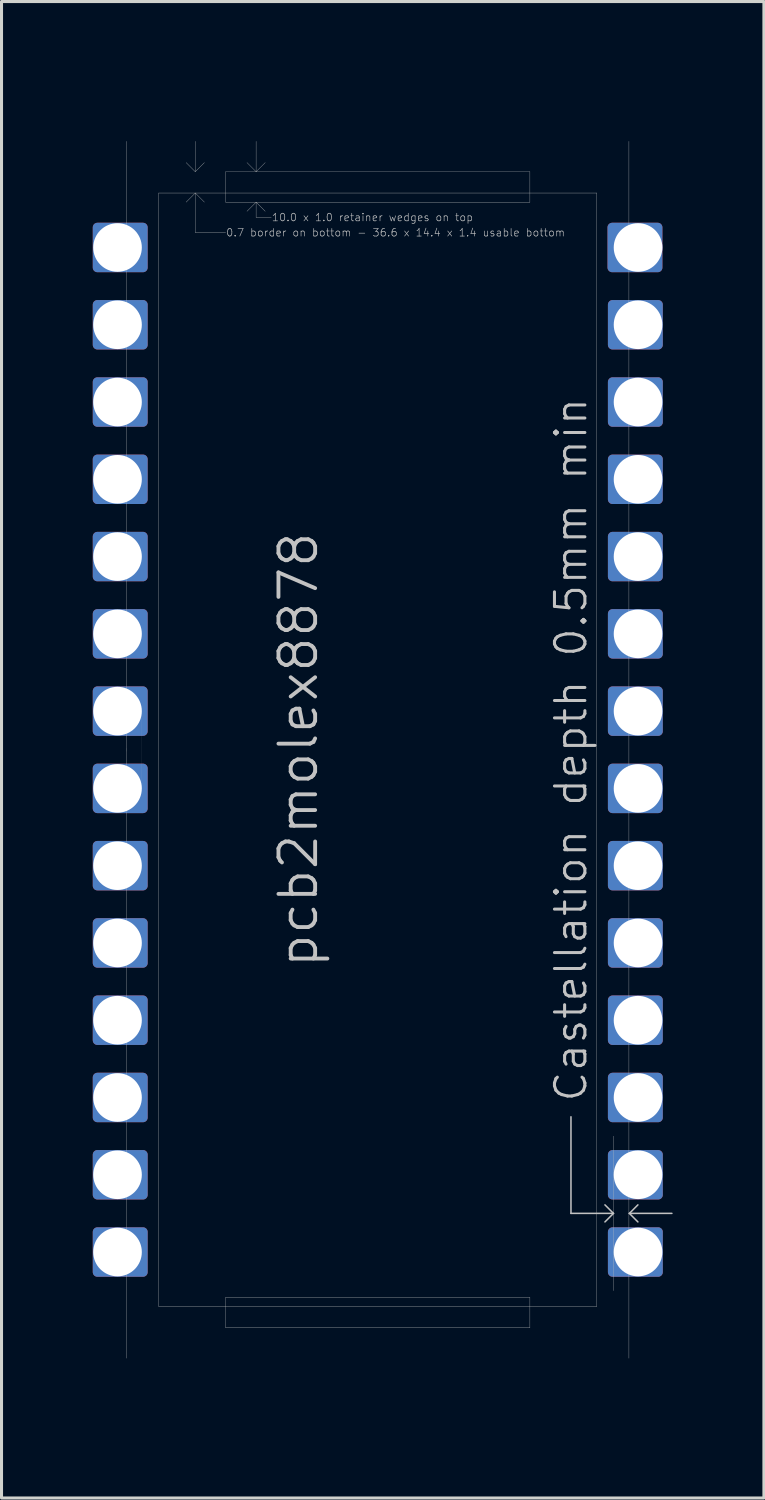
<source format=kicad_pcb>
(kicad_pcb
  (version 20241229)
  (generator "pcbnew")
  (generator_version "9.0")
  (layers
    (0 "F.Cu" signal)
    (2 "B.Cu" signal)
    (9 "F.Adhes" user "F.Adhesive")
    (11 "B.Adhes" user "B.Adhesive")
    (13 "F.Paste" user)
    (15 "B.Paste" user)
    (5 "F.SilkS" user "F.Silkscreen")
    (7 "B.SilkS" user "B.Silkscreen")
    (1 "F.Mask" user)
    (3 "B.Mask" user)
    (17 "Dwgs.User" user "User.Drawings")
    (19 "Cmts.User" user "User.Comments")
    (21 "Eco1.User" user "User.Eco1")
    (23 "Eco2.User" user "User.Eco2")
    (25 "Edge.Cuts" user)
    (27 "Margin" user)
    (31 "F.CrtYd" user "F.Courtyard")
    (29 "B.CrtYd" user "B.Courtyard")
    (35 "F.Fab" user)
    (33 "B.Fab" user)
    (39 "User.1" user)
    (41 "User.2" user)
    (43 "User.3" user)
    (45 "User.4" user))
  (footprint "pcb2molex8878"
    (layer "F.Cu")
    (at 9.368 21.595)
    (property "Reference" "pcb2molex8878" (at -1.905 0 270) (layer "Dwgs.User") (effects (font (size 1.206 1.206) (thickness 0.127)) (justify bottom)))
    (attr exclude_from_pos_files exclude_from_bom)
    (fp_poly (pts (xy -7.717 -15.85) (xy -9.216 -15.85) (xy -9.216 -17.17) (xy -7.717 -17.17)) (stroke (width 0.305) (type solid)) (fill yes) (layer "F.Cu"))
    (fp_poly (pts (xy -7.717 -13.31) (xy -9.216 -13.31) (xy -9.216 -14.63) (xy -7.717 -14.63)) (stroke (width 0.305) (type solid)) (fill yes) (layer "F.Cu"))
    (fp_poly (pts (xy -7.717 -10.77) (xy -9.216 -10.77) (xy -9.216 -12.09) (xy -7.717 -12.09)) (stroke (width 0.305) (type solid)) (fill yes) (layer "F.Cu"))
    (fp_poly (pts (xy -7.717 -8.23) (xy -9.216 -8.23) (xy -9.216 -9.55) (xy -7.717 -9.55)) (stroke (width 0.305) (type solid)) (fill yes) (layer "F.Cu"))
    (fp_poly (pts (xy -7.717 -5.69) (xy -9.216 -5.69) (xy -9.216 -7.01) (xy -7.717 -7.01)) (stroke (width 0.305) (type solid)) (fill yes) (layer "F.Cu"))
    (fp_poly (pts (xy -7.717 -3.15) (xy -9.216 -3.15) (xy -9.216 -4.47) (xy -7.717 -4.47)) (stroke (width 0.305) (type solid)) (fill yes) (layer "F.Cu"))
    (fp_poly (pts (xy -7.717 -0.61) (xy -9.216 -0.61) (xy -9.216 -1.93) (xy -7.717 -1.93)) (stroke (width 0.305) (type solid)) (fill yes) (layer "F.Cu"))
    (fp_poly (pts (xy -7.717 1.93) (xy -9.216 1.93) (xy -9.216 0.61) (xy -7.717 0.61)) (stroke (width 0.305) (type solid)) (fill yes) (layer "F.Cu"))
    (fp_poly (pts (xy -7.717 4.47) (xy -9.216 4.47) (xy -9.216 3.15) (xy -7.717 3.15)) (stroke (width 0.305) (type solid)) (fill yes) (layer "F.Cu"))
    (fp_poly (pts (xy -7.717 7.01) (xy -9.216 7.01) (xy -9.216 5.69) (xy -7.717 5.69)) (stroke (width 0.305) (type solid)) (fill yes) (layer "F.Cu"))
    (fp_poly (pts (xy -7.717 9.55) (xy -9.216 9.55) (xy -9.216 8.23) (xy -7.717 8.23)) (stroke (width 0.305) (type solid)) (fill yes) (layer "F.Cu"))
    (fp_poly (pts (xy -7.717 12.09) (xy -9.216 12.09) (xy -9.216 10.77) (xy -7.717 10.77)) (stroke (width 0.305) (type solid)) (fill yes) (layer "F.Cu"))
    (fp_poly (pts (xy -7.717 14.63) (xy -9.216 14.63) (xy -9.216 13.31) (xy -7.717 13.31)) (stroke (width 0.305) (type solid)) (fill yes) (layer "F.Cu"))
    (fp_poly (pts (xy -7.717 17.17) (xy -9.216 17.17) (xy -9.216 15.85) (xy -7.717 15.85)) (stroke (width 0.305) (type solid)) (fill yes) (layer "F.Cu"))
    (fp_poly (pts (xy 9.203 -15.85) (xy 7.704 -15.85) (xy 7.704 -17.17) (xy 9.203 -17.17)) (stroke (width 0.305) (type solid)) (fill yes) (layer "F.Cu"))
    (fp_poly (pts (xy 9.216 -13.31) (xy 7.717 -13.31) (xy 7.717 -14.63) (xy 9.216 -14.63)) (stroke (width 0.305) (type solid)) (fill yes) (layer "F.Cu"))
    (fp_poly (pts (xy 9.216 -10.77) (xy 7.717 -10.77) (xy 7.717 -12.09) (xy 9.216 -12.09)) (stroke (width 0.305) (type solid)) (fill yes) (layer "F.Cu"))
    (fp_poly (pts (xy 9.216 -8.23) (xy 7.717 -8.23) (xy 7.717 -9.55) (xy 9.216 -9.55)) (stroke (width 0.305) (type solid)) (fill yes) (layer "F.Cu"))
    (fp_poly (pts (xy 9.216 -5.69) (xy 7.717 -5.69) (xy 7.717 -7.01) (xy 9.216 -7.01)) (stroke (width 0.305) (type solid)) (fill yes) (layer "F.Cu"))
    (fp_poly (pts (xy 9.216 -3.15) (xy 7.717 -3.15) (xy 7.717 -4.47) (xy 9.216 -4.47)) (stroke (width 0.305) (type solid)) (fill yes) (layer "F.Cu"))
    (fp_poly (pts (xy 9.216 -0.61) (xy 7.717 -0.61) (xy 7.717 -1.93) (xy 9.216 -1.93)) (stroke (width 0.305) (type solid)) (fill yes) (layer "F.Cu"))
    (fp_poly (pts (xy 9.216 1.93) (xy 7.717 1.93) (xy 7.717 0.61) (xy 9.216 0.61)) (stroke (width 0.305) (type solid)) (fill yes) (layer "F.Cu"))
    (fp_poly (pts (xy 9.216 4.47) (xy 7.717 4.47) (xy 7.717 3.15) (xy 9.216 3.15)) (stroke (width 0.305) (type solid)) (fill yes) (layer "F.Cu"))
    (fp_poly (pts (xy 9.216 7.01) (xy 7.717 7.01) (xy 7.717 5.69) (xy 9.216 5.69)) (stroke (width 0.305) (type solid)) (fill yes) (layer "F.Cu"))
    (fp_poly (pts (xy 9.216 9.55) (xy 7.717 9.55) (xy 7.717 8.23) (xy 9.216 8.23)) (stroke (width 0.305) (type solid)) (fill yes) (layer "F.Cu"))
    (fp_poly (pts (xy 9.216 12.09) (xy 7.717 12.09) (xy 7.717 10.77) (xy 9.216 10.77)) (stroke (width 0.305) (type solid)) (fill yes) (layer "F.Cu"))
    (fp_poly (pts (xy 9.216 14.63) (xy 7.717 14.63) (xy 7.717 13.31) (xy 9.216 13.31)) (stroke (width 0.305) (type solid)) (fill yes) (layer "F.Cu"))
    (fp_poly (pts (xy 9.216 17.17) (xy 7.717 17.17) (xy 7.717 15.85) (xy 9.216 15.85)) (stroke (width 0.305) (type solid)) (fill yes) (layer "F.Cu"))
    (fp_poly (pts (xy -7.717 -15.85) (xy -9.216 -15.85) (xy -9.216 -17.17) (xy -7.717 -17.17)) (stroke (width 0.305) (type solid)) (fill yes) (layer "B.Cu"))
    (fp_poly (pts (xy -7.717 -14.63) (xy -9.216 -14.63) (xy -9.216 -13.31) (xy -7.717 -13.31)) (stroke (width 0.305) (type solid)) (fill yes) (layer "B.Cu"))
    (fp_poly (pts (xy -7.717 -12.09) (xy -9.216 -12.09) (xy -9.216 -10.77) (xy -7.717 -10.77)) (stroke (width 0.305) (type solid)) (fill yes) (layer "B.Cu"))
    (fp_poly (pts (xy -7.717 -9.55) (xy -9.216 -9.55) (xy -9.216 -8.23) (xy -7.717 -8.23)) (stroke (width 0.305) (type solid)) (fill yes) (layer "B.Cu"))
    (fp_poly (pts (xy -7.717 -7.01) (xy -9.216 -7.01) (xy -9.216 -5.69) (xy -7.717 -5.69)) (stroke (width 0.305) (type solid)) (fill yes) (layer "B.Cu"))
    (fp_poly (pts (xy -7.717 -4.47) (xy -9.216 -4.47) (xy -9.216 -3.15) (xy -7.717 -3.15)) (stroke (width 0.305) (type solid)) (fill yes) (layer "B.Cu"))
    (fp_poly (pts (xy -7.717 -1.93) (xy -9.216 -1.93) (xy -9.216 -0.61) (xy -7.717 -0.61)) (stroke (width 0.305) (type solid)) (fill yes) (layer "B.Cu"))
    (fp_poly (pts (xy -7.717 0.61) (xy -9.216 0.61) (xy -9.216 1.93) (xy -7.717 1.93)) (stroke (width 0.305) (type solid)) (fill yes) (layer "B.Cu"))
    (fp_poly (pts (xy -7.717 3.15) (xy -9.216 3.15) (xy -9.216 4.47) (xy -7.717 4.47)) (stroke (width 0.305) (type solid)) (fill yes) (layer "B.Cu"))
    (fp_poly (pts (xy -7.717 5.69) (xy -9.216 5.69) (xy -9.216 7.01) (xy -7.717 7.01)) (stroke (width 0.305) (type solid)) (fill yes) (layer "B.Cu"))
    (fp_poly (pts (xy -7.717 8.23) (xy -9.216 8.23) (xy -9.216 9.55) (xy -7.717 9.55)) (stroke (width 0.305) (type solid)) (fill yes) (layer "B.Cu"))
    (fp_poly (pts (xy -7.717 10.77) (xy -9.216 10.77) (xy -9.216 12.09) (xy -7.717 12.09)) (stroke (width 0.305) (type solid)) (fill yes) (layer "B.Cu"))
    (fp_poly (pts (xy -7.717 13.31) (xy -9.216 13.31) (xy -9.216 14.63) (xy -7.717 14.63)) (stroke (width 0.305) (type solid)) (fill yes) (layer "B.Cu"))
    (fp_poly (pts (xy -7.717 15.85) (xy -9.216 15.85) (xy -9.216 17.17) (xy -7.717 17.17)) (stroke (width 0.305) (type solid)) (fill yes) (layer "B.Cu"))
    (fp_poly (pts (xy 9.203 -15.85) (xy 7.704 -15.85) (xy 7.704 -17.17) (xy 9.203 -17.17)) (stroke (width 0.305) (type solid)) (fill yes) (layer "B.Cu"))
    (fp_poly (pts (xy 9.216 -14.63) (xy 7.717 -14.63) (xy 7.717 -13.31) (xy 9.216 -13.31)) (stroke (width 0.305) (type solid)) (fill yes) (layer "B.Cu"))
    (fp_poly (pts (xy 9.216 -12.09) (xy 7.717 -12.09) (xy 7.717 -10.77) (xy 9.216 -10.77)) (stroke (width 0.305) (type solid)) (fill yes) (layer "B.Cu"))
    (fp_poly (pts (xy 9.216 -9.55) (xy 7.717 -9.55) (xy 7.717 -8.23) (xy 9.216 -8.23)) (stroke (width 0.305) (type solid)) (fill yes) (layer "B.Cu"))
    (fp_poly (pts (xy 9.216 -7.01) (xy 7.717 -7.01) (xy 7.717 -5.69) (xy 9.216 -5.69)) (stroke (width 0.305) (type solid)) (fill yes) (layer "B.Cu"))
    (fp_poly (pts (xy 9.216 -4.47) (xy 7.717 -4.47) (xy 7.717 -3.15) (xy 9.216 -3.15)) (stroke (width 0.305) (type solid)) (fill yes) (layer "B.Cu"))
    (fp_poly (pts (xy 9.216 -1.93) (xy 7.717 -1.93) (xy 7.717 -0.61) (xy 9.216 -0.61)) (stroke (width 0.305) (type solid)) (fill yes) (layer "B.Cu"))
    (fp_poly (pts (xy 9.216 0.61) (xy 7.717 0.61) (xy 7.717 1.93) (xy 9.216 1.93)) (stroke (width 0.305) (type solid)) (fill yes) (layer "B.Cu"))
    (fp_poly (pts (xy 9.216 3.15) (xy 7.717 3.15) (xy 7.717 4.47) (xy 9.216 4.47)) (stroke (width 0.305) (type solid)) (fill yes) (layer "B.Cu"))
    (fp_poly (pts (xy 9.216 5.69) (xy 7.717 5.69) (xy 7.717 7.01) (xy 9.216 7.01)) (stroke (width 0.305) (type solid)) (fill yes) (layer "B.Cu"))
    (fp_poly (pts (xy 9.216 8.23) (xy 7.717 8.23) (xy 7.717 9.55) (xy 9.216 9.55)) (stroke (width 0.305) (type solid)) (fill yes) (layer "B.Cu"))
    (fp_poly (pts (xy 9.216 10.77) (xy 7.717 10.77) (xy 7.717 12.09) (xy 9.216 12.09)) (stroke (width 0.305) (type solid)) (fill yes) (layer "B.Cu"))
    (fp_poly (pts (xy 9.216 13.31) (xy 7.717 13.31) (xy 7.717 14.63) (xy 9.216 14.63)) (stroke (width 0.305) (type solid)) (fill yes) (layer "B.Cu"))
    (fp_poly (pts (xy 9.216 15.85) (xy 7.717 15.85) (xy 7.717 17.17) (xy 9.216 17.17)) (stroke (width 0.305) (type solid)) (fill yes) (layer "B.Cu"))
    (fp_line (start -8.255 -20) (end -8.255 20) (stroke (width 0.01) (type solid)) (layer "Dwgs.User"))
    (fp_line (start -8.255 0.051) (end -8.255 -0.051) (stroke (width 0.002) (type solid)) (layer "Dwgs.User"))
    (fp_line (start -7.757 -1.27) (end -7.757 1.27) (stroke (width 0.002) (type solid)) (layer "Dwgs.User"))
    (fp_line (start -7.506 16.485) (end -7.506 16.535) (stroke (width 0.001) (type solid)) (layer "Dwgs.User"))
    (fp_line (start -7.2 -18.3) (end -7.2 18.3) (stroke (width 0.01) (type solid)) (layer "Dwgs.User"))
    (fp_line (start -7.2 -18.3) (end 7.2 -18.3) (stroke (width 0.01) (type solid)) (layer "Dwgs.User"))
    (fp_line (start -7.2 18.3) (end 7.2 18.3) (stroke (width 0.01) (type solid)) (layer "Dwgs.User"))
    (fp_line (start -6 -19) (end -6.3 -19.3) (stroke (width 0.01) (type solid)) (layer "Dwgs.User"))
    (fp_line (start -6 -19) (end -6 -20) (stroke (width 0.01) (type solid)) (layer "Dwgs.User"))
    (fp_line (start -6 -19) (end -5.7 -19.3) (stroke (width 0.01) (type solid)) (layer "Dwgs.User"))
    (fp_line (start -6 -18.3) (end -6.3 -18) (stroke (width 0.01) (type solid)) (layer "Dwgs.User"))
    (fp_line (start -6 -18.3) (end -6 -17) (stroke (width 0.01) (type solid)) (layer "Dwgs.User"))
    (fp_line (start -6 -18.3) (end -5.7 -18) (stroke (width 0.01) (type solid)) (layer "Dwgs.User"))
    (fp_line (start -6 -17) (end -5 -17) (stroke (width 0.01) (type solid)) (layer "Dwgs.User"))
    (fp_line (start -5 -19) (end -5 -18) (stroke (width 0.01) (type solid)) (layer "Dwgs.User"))
    (fp_line (start -5 -18) (end 5 -18) (stroke (width 0.01) (type solid)) (layer "Dwgs.User"))
    (fp_line (start -5 18) (end -5 19) (stroke (width 0.01) (type solid)) (layer "Dwgs.User"))
    (fp_line (start -5 18) (end 5 18) (stroke (width 0.01) (type solid)) (layer "Dwgs.User"))
    (fp_line (start -5 19) (end 5 19) (stroke (width 0.01) (type solid)) (layer "Dwgs.User"))
    (fp_line (start -4 -19) (end -4.3 -19.3) (stroke (width 0.01) (type solid)) (layer "Dwgs.User"))
    (fp_line (start -4 -19) (end -4 -20) (stroke (width 0.01) (type solid)) (layer "Dwgs.User"))
    (fp_line (start -4 -19) (end -3.7 -19.3) (stroke (width 0.01) (type solid)) (layer "Dwgs.User"))
    (fp_line (start -4 -18) (end -4.3 -17.7) (stroke (width 0.01) (type solid)) (layer "Dwgs.User"))
    (fp_line (start -4 -18) (end -4 -17.5) (stroke (width 0.01) (type solid)) (layer "Dwgs.User"))
    (fp_line (start -4 -18) (end -3.7 -17.7) (stroke (width 0.01) (type solid)) (layer "Dwgs.User"))
    (fp_line (start -4 -17.5) (end -3.5 -17.5) (stroke (width 0.01) (type solid)) (layer "Dwgs.User"))
    (fp_line (start 5 -19) (end -5 -19) (stroke (width 0.01) (type solid)) (layer "Dwgs.User"))
    (fp_line (start 5 -18) (end 5 -19) (stroke (width 0.01) (type solid)) (layer "Dwgs.User"))
    (fp_line (start 5 19) (end 5 18) (stroke (width 0.01) (type solid)) (layer "Dwgs.User"))
    (fp_line (start 6.35 12.065) (end 6.35 15.24) (stroke (width 0.05) (type solid)) (layer "Dwgs.User"))
    (fp_line (start 6.35 15.24) (end 7.747 15.24) (stroke (width 0.05) (type solid)) (layer "Dwgs.User"))
    (fp_line (start 7.2 -18.3) (end 7.2 18.3) (stroke (width 0.01) (type solid)) (layer "Dwgs.User"))
    (fp_line (start 7.467 14.96) (end 7.747 15.24) (stroke (width 0.05) (type solid)) (layer "Dwgs.User"))
    (fp_line (start 7.747 15.24) (end 7.467 15.52) (stroke (width 0.05) (type solid)) (layer "Dwgs.User"))
    (fp_line (start 7.757 17.78) (end 7.757 12.7) (stroke (width 0.01) (type solid)) (layer "Dwgs.User"))
    (fp_line (start 8.255 -20) (end 8.255 20) (stroke (width 0.01) (type solid)) (layer "Dwgs.User"))
    (fp_line (start 8.27 15.24) (end 8.55 15.52) (stroke (width 0.05) (type solid)) (layer "Dwgs.User"))
    (fp_line (start 8.27 15.24) (end 9.667 15.24) (stroke (width 0.05) (type solid)) (layer "Dwgs.User"))
    (fp_line (start 8.55 14.96) (end 8.27 15.24) (stroke (width 0.05) (type solid)) (layer "Dwgs.User"))
    (fp_line (start -8.26 -19.05) (end -0.762 -19.05) (stroke (width 0.01) (type solid)) (layer "Eco1.User"))
    (fp_line (start -8.26 19.05) (end -8.26 -19.05) (stroke (width 0.01) (type solid)) (layer "Eco1.User"))
    (fp_line (start -8.26 19.05) (end -4.559 19.05) (stroke (width 0.01) (type solid)) (layer "Eco1.User"))
    (fp_line (start -4.559 19.05) (end -4.559 21.59) (stroke (width 0.01) (type solid)) (layer "Eco1.User"))
    (fp_line (start -4.559 21.59) (end -3.035 21.59) (stroke (width 0.01) (type solid)) (layer "Eco1.User"))
    (fp_line (start -3.035 21.59) (end -3.035 19.05) (stroke (width 0.01) (type solid)) (layer "Eco1.User"))
    (fp_line (start -0.762 -21.59) (end 0.762 -21.59) (stroke (width 0.01) (type solid)) (layer "Eco1.User"))
    (fp_line (start -0.762 -19.05) (end -0.762 -21.59) (stroke (width 0.01) (type solid)) (layer "Eco1.User"))
    (fp_line (start 0.762 -21.59) (end 0.762 -19.05) (stroke (width 0.01) (type solid)) (layer "Eco1.User"))
    (fp_line (start 0.762 -19.05) (end 8.26 -19.05) (stroke (width 0.01) (type solid)) (layer "Eco1.User"))
    (fp_line (start 3.035 19.05) (end -3.035 19.05) (stroke (width 0.01) (type solid)) (layer "Eco1.User"))
    (fp_line (start 3.035 21.59) (end 3.035 19.05) (stroke (width 0.01) (type solid)) (layer "Eco1.User"))
    (fp_line (start 4.559 19.05) (end 4.559 21.59) (stroke (width 0.01) (type solid)) (layer "Eco1.User"))
    (fp_line (start 4.559 19.05) (end 8.26 19.05) (stroke (width 0.01) (type solid)) (layer "Eco1.User"))
    (fp_line (start 4.559 21.59) (end 3.035 21.59) (stroke (width 0.01) (type solid)) (layer "Eco1.User"))
    (fp_line (start 8.26 19.05) (end 8.26 -19.05) (stroke (width 0.01) (type solid)) (layer "Eco1.User"))
    (fp_line (start -8.26 17.49) (end -8.26 -16.94) (stroke (width 0.01) (type solid)) (layer "Eco2.User"))
    (fp_line (start -8 17.75) (end -8.26 17.49) (stroke (width 0.01) (type solid)) (layer "Eco2.User"))
    (fp_line (start -8 19) (end -8 17.75) (stroke (width 0.01) (type solid)) (layer "Eco2.User"))
    (fp_line (start -8 19) (end 8 19) (stroke (width 0.01) (type solid)) (layer "Eco2.User"))
    (fp_line (start -6.2 -19) (end -8.26 -16.94) (stroke (width 0.01) (type solid)) (layer "Eco2.User"))
    (fp_line (start 8 -19) (end -6.2 -19) (stroke (width 0.01) (type solid)) (layer "Eco2.User"))
    (fp_line (start 8 -17.75) (end 8 -19) (stroke (width 0.01) (type solid)) (layer "Eco2.User"))
    (fp_line (start 8 17.75) (end 8.26 17.49) (stroke (width 0.01) (type solid)) (layer "Eco2.User"))
    (fp_line (start 8 19) (end 8 17.75) (stroke (width 0.01) (type solid)) (layer "Eco2.User"))
    (fp_line (start 8.26 -17.49) (end 8 -17.75) (stroke (width 0.01) (type solid)) (layer "Eco2.User"))
    (fp_line (start 8.26 17.49) (end 8.26 -17.49) (stroke (width 0.01) (type solid)) (layer "Eco2.User"))
    (fp_text user "10.0 x 1.0 retainer wedges on top" (at -3.5 -17.5 0) (layer "Dwgs.User") (effects (font (size 0.25 0.25) (thickness 0.02)) (justify left)))
    (fp_text user "0.7 border on bottom - 36.6 x 14.4 x 1.4 usable bottom" (at -5 -17 0) (layer "Dwgs.User") (effects (font (size 0.25 0.25) (thickness 0.02)) (justify left)))
    (fp_text user "Castellation depth 0.5mm min" (at 6.35 0 270) (layer "Dwgs.User") (effects (font (size 1 1) (thickness 0.1))))
    (fp_text user "Eco1.User is Edge.Cuts for use without carrier." (at -4.445 0 270) (layer "Eco1.User") (effects (font (size 0.8 0.8) (thickness 0.05))))
    (fp_text user "Board outline: 0.01mm grid, copy Eco2.User" (at -6 0 270) (layer "Eco2.User") (effects (font (size 1 1) (thickness 0.1))))
    (pad "1" thru_hole circle (at -8.555 -16.51) (size 1.6 1.6) (drill 1.598) (layers "*.Cu" "*.Mask"))
    (pad "2" thru_hole circle (at -8.555 -13.97) (size 1.6 1.6) (drill 1.598) (layers "*.Cu" "*.Mask"))
    (pad "3" thru_hole circle (at -8.555 -11.43) (size 1.6 1.6) (drill 1.598) (layers "*.Cu" "*.Mask"))
    (pad "4" thru_hole circle (at -8.555 -8.89) (size 1.6 1.6) (drill 1.598) (layers "*.Cu" "*.Mask"))
    (pad "5" thru_hole circle (at -8.555 -6.35) (size 1.6 1.6) (drill 1.598) (layers "*.Cu" "*.Mask"))
    (pad "6" thru_hole circle (at -8.555 -3.81) (size 1.6 1.6) (drill 1.598) (layers "*.Cu" "*.Mask"))
    (pad "7" thru_hole circle (at -8.555 -1.27) (size 1.6 1.6) (drill 1.598) (layers "*.Cu" "*.Mask"))
    (pad "8" thru_hole circle (at -8.555 1.27) (size 1.6 1.6) (drill 1.598) (layers "*.Cu" "*.Mask"))
    (pad "9" thru_hole circle (at -8.555 3.81) (size 1.6 1.6) (drill 1.598) (layers "*.Cu" "*.Mask"))
    (pad "10" thru_hole circle (at -8.555 6.35) (size 1.6 1.6) (drill 1.598) (layers "*.Cu" "*.Mask"))
    (pad "11" thru_hole circle (at -8.555 8.89) (size 1.6 1.6) (drill 1.598) (layers "*.Cu" "*.Mask"))
    (pad "12" thru_hole circle (at -8.555 11.43) (size 1.6 1.6) (drill 1.598) (layers "*.Cu" "*.Mask"))
    (pad "13" thru_hole circle (at -8.555 13.97) (size 1.6 1.6) (drill 1.598) (layers "*.Cu" "*.Mask"))
    (pad "14" thru_hole circle (at -8.555 16.51) (size 1.6 1.6) (drill 1.598) (layers "*.Cu" "*.Mask"))
    (pad "15" thru_hole circle (at 8.555 16.51 180) (size 1.6 1.6) (drill 1.598) (layers "*.Cu" "*.Mask"))
    (pad "16" thru_hole circle (at 8.555 13.97 180) (size 1.6 1.6) (drill 1.598) (layers "*.Cu" "*.Mask"))
    (pad "17" thru_hole circle (at 8.555 11.43 180) (size 1.6 1.6) (drill 1.598) (layers "*.Cu" "*.Mask"))
    (pad "18" thru_hole circle (at 8.555 8.89 180) (size 1.6 1.6) (drill 1.598) (layers "*.Cu" "*.Mask"))
    (pad "19" thru_hole circle (at 8.555 6.35 180) (size 1.6 1.6) (drill 1.598) (layers "*.Cu" "*.Mask"))
    (pad "20" thru_hole circle (at 8.555 3.81 180) (size 1.6 1.6) (drill 1.598) (layers "*.Cu" "*.Mask"))
    (pad "21" thru_hole circle (at 8.555 1.27 180) (size 1.6 1.6) (drill 1.598) (layers "*.Cu" "*.Mask"))
    (pad "22" thru_hole circle (at 8.555 -1.27 180) (size 1.6 1.6) (drill 1.598) (layers "*.Cu" "*.Mask"))
    (pad "23" thru_hole circle (at 8.555 -3.81 180) (size 1.6 1.6) (drill 1.598) (layers "*.Cu" "*.Mask"))
    (pad "24" thru_hole circle (at 8.555 -6.35 180) (size 1.6 1.6) (drill 1.598) (layers "*.Cu" "*.Mask"))
    (pad "25" thru_hole circle (at 8.555 -8.89 180) (size 1.6 1.6) (drill 1.598) (layers "*.Cu" "*.Mask"))
    (pad "26" thru_hole circle (at 8.555 -11.43 180) (size 1.6 1.6) (drill 1.598) (layers "*.Cu" "*.Mask"))
    (pad "27" thru_hole circle (at 8.555 -13.97 180) (size 1.6 1.6) (drill 1.598) (layers "*.Cu" "*.Mask"))
    (pad "28" thru_hole circle (at 8.555 -16.51 180) (size 1.6 1.6) (drill 1.598) (layers "*.Cu" "*.Mask")))
  (gr_rect
    (start -3 -3)
    (end 22.06 46.19)
    (stroke (width 0.1) (type default))
    (fill no)
    (layer "Edge.Cuts")))
</source>
